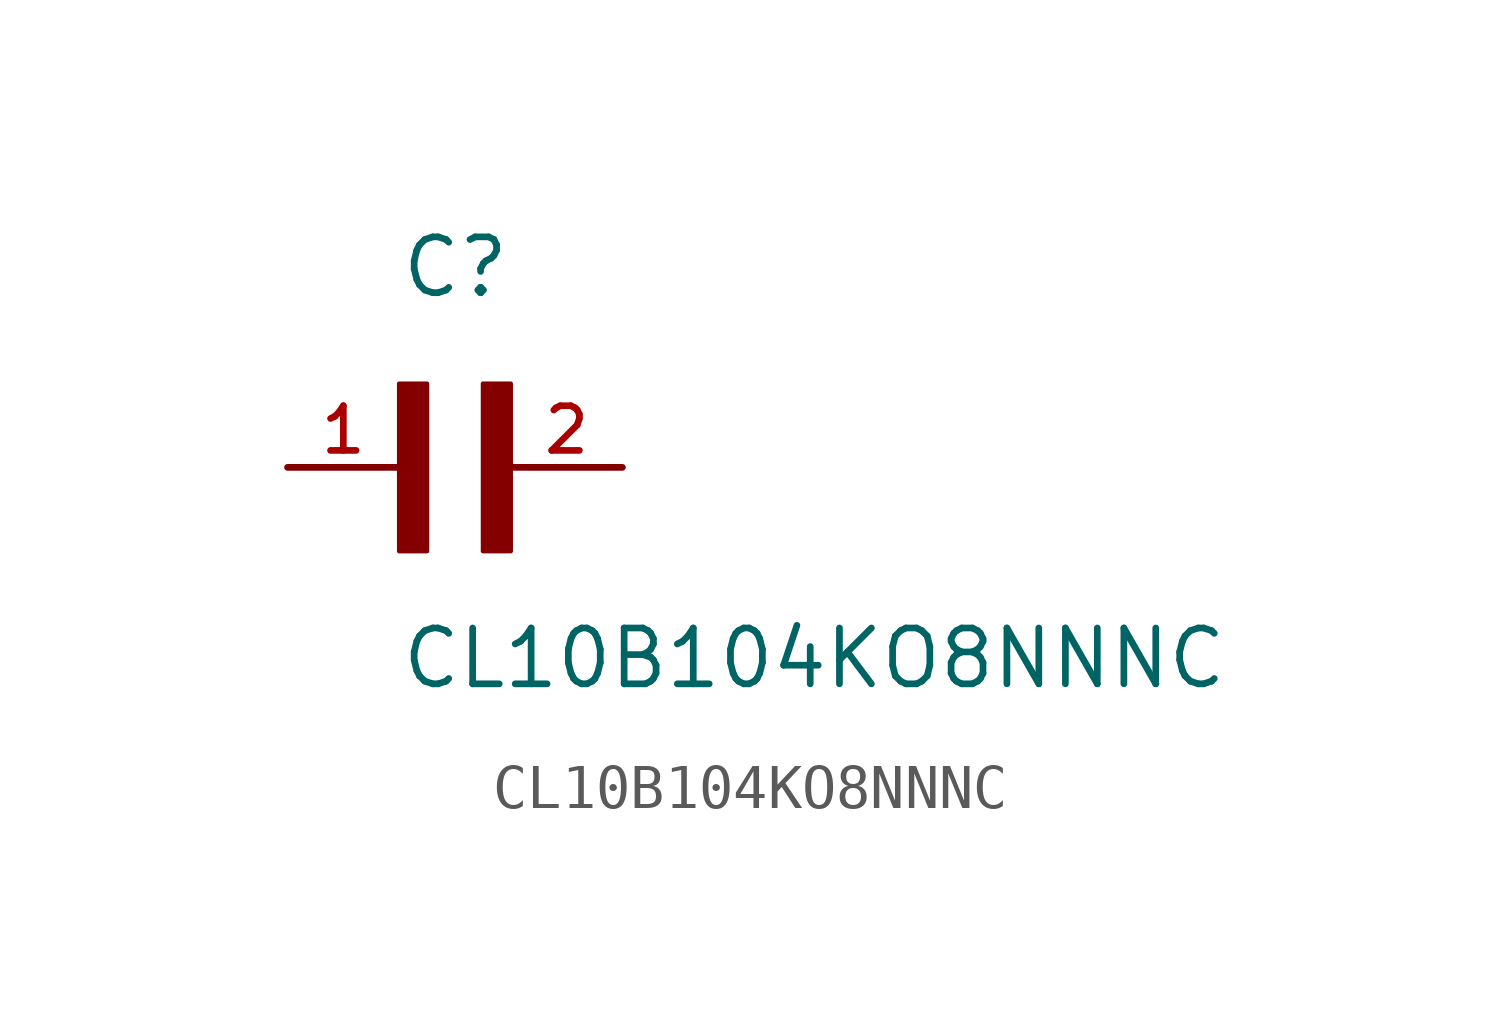
<source format=kicad_sym>
(kicad_symbol_lib
  (version 20211014)
  (generator kicad_symbol_editor)
  (symbol "CL10B104KO8NNNC"
    (pin_names
      (offset 1.016))
    (property "Reference" "C"
      (at 0.0 3.811 0)
      (effects (font (size 1.27 1.27)) (justify bottom left)))
    (property "Value" "CL10B104KO8NNNC"
      (at 0.0 -5.088 0)
      (effects (font (size 1.27 1.27)) (justify bottom left)))
    (symbol "CL10B104KO8NNNC_0_0"
      (rectangle (start 0.0 -1.907) (end 0.635 1.905) (stroke (width 0.1)) (fill (type outline)))
      (rectangle (start 1.907 -1.907) (end 2.54 1.905) (stroke (width 0.1)) (fill (type outline)))
      (pin passive line (at -2.54 0.0 0) (length 2.54) (name "~" (effects (font (size 1.016 1.016)))) (number "1" (effects (font (size 1.016 1.016)))))
      (pin passive line (at 5.08 0.0 180.0) (length 2.54) (name "~" (effects (font (size 1.016 1.016)))) (number "2" (effects (font (size 1.016 1.016))))))))
</source>
